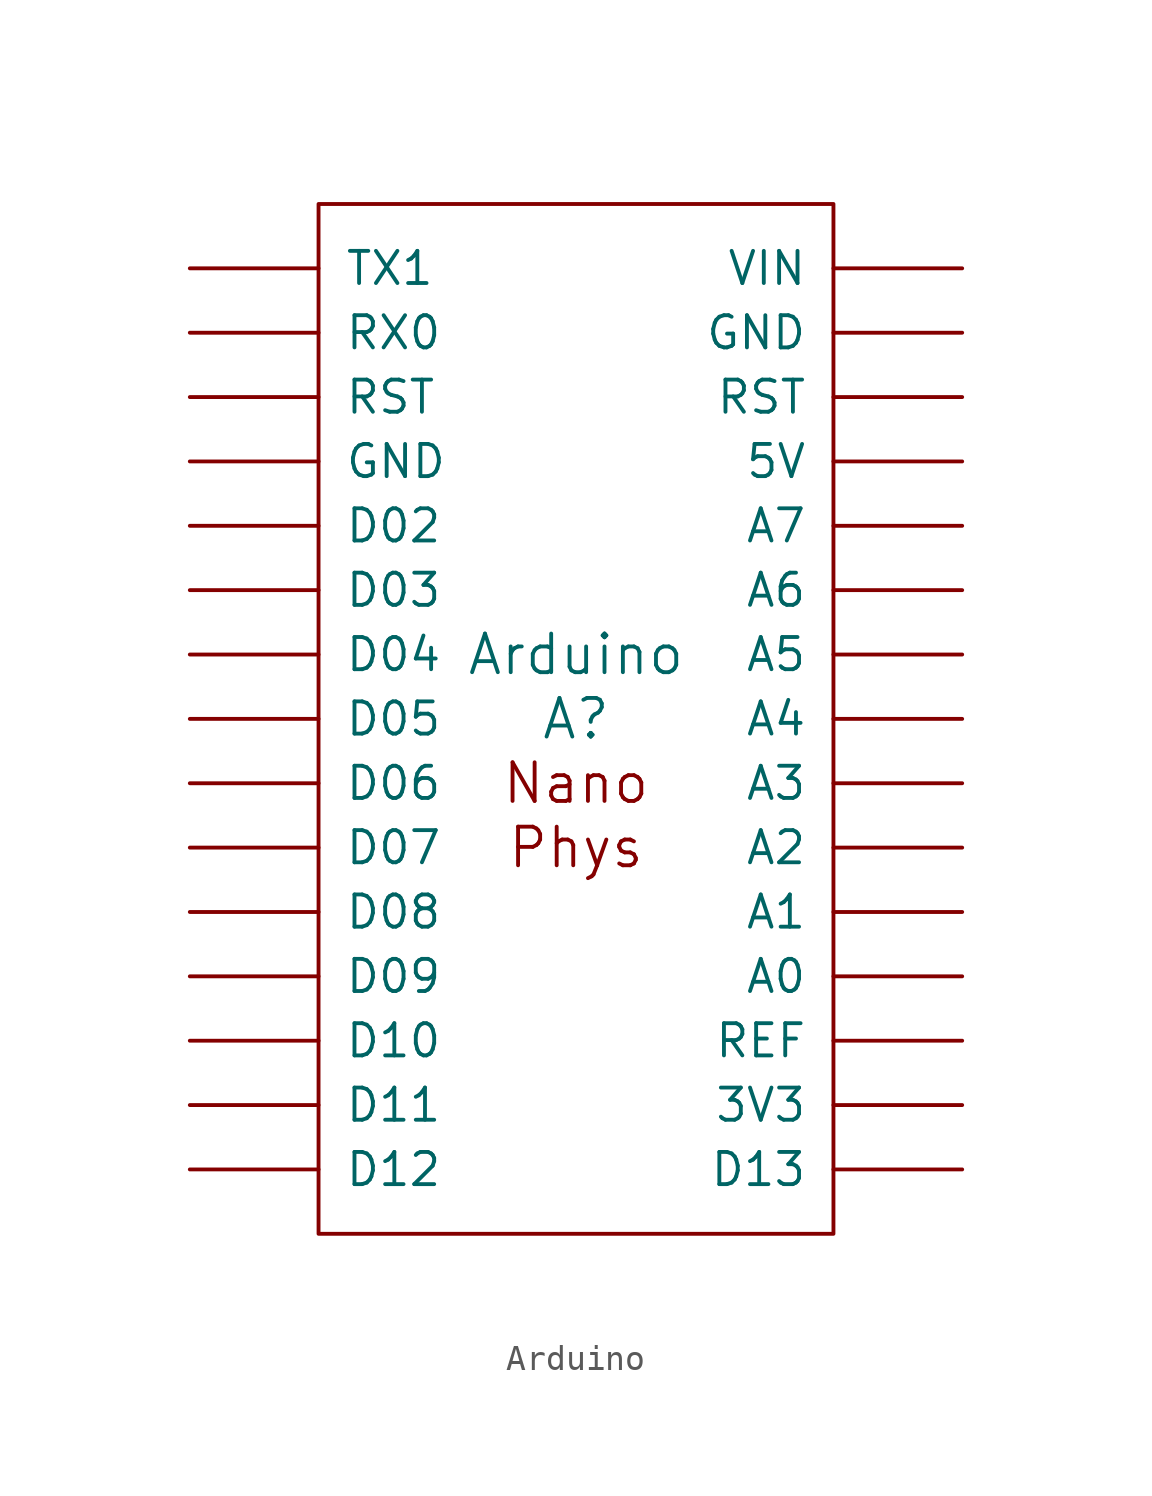
<source format=kicad_sym>
(kicad_symbol_lib
  (version 20241209)
  (generator "kicad_symbol_editor")
  (generator_version "9.0")
  (symbol "Arduino"
    (pin_names
      (offset 1.016))
    (property "Reference" "A"
      (at 0 0 0)
      (effects (font (size 1.524 1.524))))
    (property "Value" "Arduino"
      (at 0 2.54 0)
      (effects (font (size 1.524 1.524))))
    (property "Footprint" ""
      (at 0 0 0)
      (effects (font (size 1.524 1.524))))
    (property "Datasheet" ""
      (at 0 0 0)
      (effects (font (size 1.524 1.524))))
    (symbol "Arduino_0_0"
      (rectangle (start -10.16 20.32) (end 10.16 -20.32) (stroke (width 0) (type solid)) (fill (type none)))
      (text "Nano" (at 0 -2.54 0) (effects (font (size 1.524 1.524))))
      (text "Phys" (at 0 -5.08 0) (effects (font (size 1.524 1.524)))))
    (symbol "Arduino_1_1"
      (pin input line (at -15.24 17.78 0) (length 5.08) (name "TX1" (effects (font (size 1.27 1.27)))) (number "~" (effects (font (size 1.27 1.27)))))
      (pin input line (at -15.24 15.24 0) (length 5.08) (name "RX0" (effects (font (size 1.27 1.27)))) (number "~" (effects (font (size 1.27 1.27)))))
      (pin input line (at -15.24 12.7 0) (length 5.08) (name "RST" (effects (font (size 1.27 1.27)))) (number "~" (effects (font (size 1.27 1.27)))))
      (pin input line (at -15.24 10.16 0) (length 5.08) (name "GND" (effects (font (size 1.27 1.27)))) (number "~" (effects (font (size 1.27 1.27)))))
      (pin input line (at -15.24 7.62 0) (length 5.08) (name "D02" (effects (font (size 1.27 1.27)))) (number "~" (effects (font (size 1.27 1.27)))))
      (pin input line (at -15.24 5.08 0) (length 5.08) (name "D03" (effects (font (size 1.27 1.27)))) (number "~" (effects (font (size 1.27 1.27)))))
      (pin input line (at -15.24 2.54 0) (length 5.08) (name "D04" (effects (font (size 1.27 1.27)))) (number "~" (effects (font (size 1.27 1.27)))))
      (pin input line (at -15.24 0 0) (length 5.08) (name "D05" (effects (font (size 1.27 1.27)))) (number "~" (effects (font (size 1.27 1.27)))))
      (pin input line (at -15.24 -2.54 0) (length 5.08) (name "D06" (effects (font (size 1.27 1.27)))) (number "~" (effects (font (size 1.27 1.27)))))
      (pin input line (at -15.24 -5.08 0) (length 5.08) (name "D07" (effects (font (size 1.27 1.27)))) (number "~" (effects (font (size 1.27 1.27)))))
      (pin input line (at -15.24 -7.62 0) (length 5.08) (name "D08" (effects (font (size 1.27 1.27)))) (number "~" (effects (font (size 1.27 1.27)))))
      (pin input line (at -15.24 -10.16 0) (length 5.08) (name "D09" (effects (font (size 1.27 1.27)))) (number "~" (effects (font (size 1.27 1.27)))))
      (pin input line (at -15.24 -12.7 0) (length 5.08) (name "D10" (effects (font (size 1.27 1.27)))) (number "~" (effects (font (size 1.27 1.27)))))
      (pin input line (at -15.24 -15.24 0) (length 5.08) (name "D11" (effects (font (size 1.27 1.27)))) (number "~" (effects (font (size 1.27 1.27)))))
      (pin input line (at -15.24 -17.78 0) (length 5.08) (name "D12" (effects (font (size 1.27 1.27)))) (number "~" (effects (font (size 1.27 1.27)))))
      (pin input line (at 15.24 17.78 180) (length 5.08) (name "VIN" (effects (font (size 1.27 1.27)))) (number "~" (effects (font (size 1.27 1.27)))))
      (pin input line (at 15.24 15.24 180) (length 5.08) (name "GND" (effects (font (size 1.27 1.27)))) (number "~" (effects (font (size 1.27 1.27)))))
      (pin input line (at 15.24 12.7 180) (length 5.08) (name "RST" (effects (font (size 1.27 1.27)))) (number "~" (effects (font (size 1.27 1.27)))))
      (pin input line (at 15.24 10.16 180) (length 5.08) (name "5V" (effects (font (size 1.27 1.27)))) (number "~" (effects (font (size 1.27 1.27)))))
      (pin input line (at 15.24 7.62 180) (length 5.08) (name "A7" (effects (font (size 1.27 1.27)))) (number "~" (effects (font (size 1.27 1.27)))))
      (pin input line (at 15.24 5.08 180) (length 5.08) (name "A6" (effects (font (size 1.27 1.27)))) (number "~" (effects (font (size 1.27 1.27)))))
      (pin input line (at 15.24 2.54 180) (length 5.08) (name "A5" (effects (font (size 1.27 1.27)))) (number "~" (effects (font (size 1.27 1.27)))))
      (pin input line (at 15.24 0 180) (length 5.08) (name "A4" (effects (font (size 1.27 1.27)))) (number "~" (effects (font (size 1.27 1.27)))))
      (pin input line (at 15.24 -2.54 180) (length 5.08) (name "A3" (effects (font (size 1.27 1.27)))) (number "~" (effects (font (size 1.27 1.27)))))
      (pin input line (at 15.24 -5.08 180) (length 5.08) (name "A2" (effects (font (size 1.27 1.27)))) (number "~" (effects (font (size 1.27 1.27)))))
      (pin input line (at 15.24 -7.62 180) (length 5.08) (name "A1" (effects (font (size 1.27 1.27)))) (number "~" (effects (font (size 1.27 1.27)))))
      (pin input line (at 15.24 -10.16 180) (length 5.08) (name "A0" (effects (font (size 1.27 1.27)))) (number "~" (effects (font (size 1.27 1.27)))))
      (pin input line (at 15.24 -12.7 180) (length 5.08) (name "REF" (effects (font (size 1.27 1.27)))) (number "~" (effects (font (size 1.27 1.27)))))
      (pin input line (at 15.24 -15.24 180) (length 5.08) (name "3V3" (effects (font (size 1.27 1.27)))) (number "~" (effects (font (size 1.27 1.27)))))
      (pin input line (at 15.24 -17.78 180) (length 5.08) (name "D13" (effects (font (size 1.27 1.27)))) (number "~" (effects (font (size 1.27 1.27))))))))
</source>
